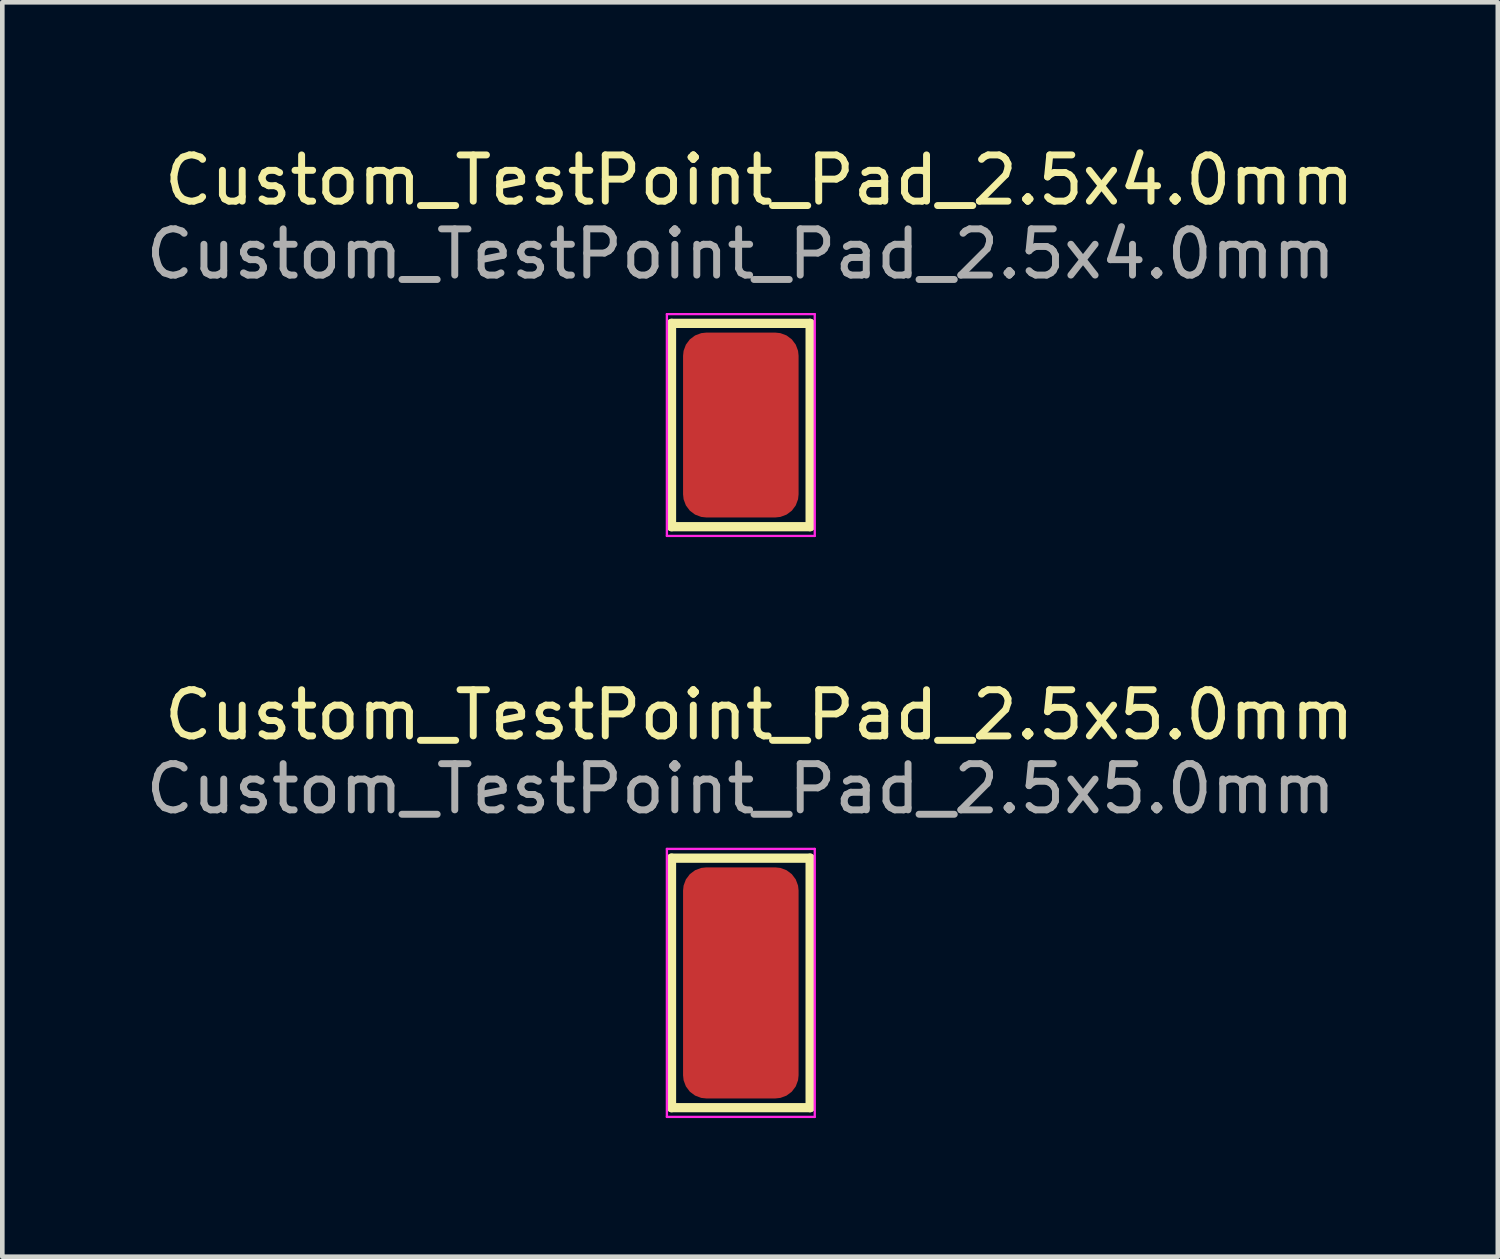
<source format=kicad_pcb>
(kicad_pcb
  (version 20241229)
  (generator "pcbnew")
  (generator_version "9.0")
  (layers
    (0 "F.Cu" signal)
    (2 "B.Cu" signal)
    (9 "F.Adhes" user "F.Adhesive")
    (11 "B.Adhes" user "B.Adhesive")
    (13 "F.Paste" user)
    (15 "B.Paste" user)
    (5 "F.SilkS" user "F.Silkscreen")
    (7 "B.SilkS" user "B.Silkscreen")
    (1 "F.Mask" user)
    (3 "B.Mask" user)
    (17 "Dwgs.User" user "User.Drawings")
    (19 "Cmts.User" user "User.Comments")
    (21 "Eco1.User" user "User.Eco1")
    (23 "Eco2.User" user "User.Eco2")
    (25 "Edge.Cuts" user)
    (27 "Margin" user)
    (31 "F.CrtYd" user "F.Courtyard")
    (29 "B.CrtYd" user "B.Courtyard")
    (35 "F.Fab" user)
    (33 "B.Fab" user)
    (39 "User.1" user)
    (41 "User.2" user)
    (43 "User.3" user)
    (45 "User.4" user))
  (footprint "Custom_TestPoint_Pad_2.5x4.0mm"
    (layer "F.Cu")
    (at 12.982 5.148)
    (property "Reference" "Custom_TestPoint_Pad_2.5x4.0mm" (at 0.4 -4.3 0) (layer "F.SilkS") (effects (font (size 1 1) (thickness 0.15))))
    (attr exclude_from_pos_files exclude_from_bom allow_missing_courtyard)
    (fp_line (start -1.5 3.2) (end -1.5 -1.2) (stroke (width 0.2) (type default)) (layer "F.SilkS"))
    (fp_line (start 1.5 -1.2) (end -1.5 -1.2) (stroke (width 0.2) (type default)) (layer "F.SilkS"))
    (fp_line (start 1.5 -1.2) (end 1.5 3.2) (stroke (width 0.2) (type default)) (layer "F.SilkS"))
    (fp_line (start 1.5 3.2) (end -1.5 3.2) (stroke (width 0.2) (type default)) (layer "F.SilkS"))
    (fp_line (start -1.6 -1.4) (end -1.6 3.4) (stroke (width 0.05) (type solid)) (layer "F.CrtYd"))
    (fp_line (start -1.6 -1.4) (end 1.6 -1.4) (stroke (width 0.05) (type solid)) (layer "F.CrtYd"))
    (fp_line (start 1.6 3.4) (end -1.6 3.4) (stroke (width 0.05) (type solid)) (layer "F.CrtYd"))
    (fp_line (start 1.6 3.4) (end 1.6 -1.4) (stroke (width 0.05) (type solid)) (layer "F.CrtYd"))
    (fp_text user "${REFERENCE}" (at 0 -2.7 0) (layer "F.Fab") (effects (font (size 1 1) (thickness 0.15))))
    (pad "1" smd roundrect (at 0 1) (size 2.5 4) (layers "F.Cu" "F.Mask") (roundrect_rratio 0.2)))
  (footprint "Custom_TestPoint_Pad_2.5x5.0mm"
    (layer "F.Cu")
    (at 12.982 16.721)
    (property "Reference" "Custom_TestPoint_Pad_2.5x5.0mm" (at 0.4 -4.3 0) (layer "F.SilkS") (effects (font (size 1 1) (thickness 0.15))))
    (attr exclude_from_pos_files exclude_from_bom allow_missing_courtyard)
    (fp_line (start -1.5 4.2) (end -1.5 -1.2) (stroke (width 0.2) (type default)) (layer "F.SilkS"))
    (fp_line (start 1.5 -1.2) (end -1.5 -1.2) (stroke (width 0.2) (type default)) (layer "F.SilkS"))
    (fp_line (start 1.5 -1.2) (end 1.5 4.2) (stroke (width 0.2) (type default)) (layer "F.SilkS"))
    (fp_line (start 1.5 4.2) (end -1.5 4.2) (stroke (width 0.2) (type default)) (layer "F.SilkS"))
    (fp_line (start -1.6 -1.4) (end -1.6 4.4) (stroke (width 0.05) (type solid)) (layer "F.CrtYd"))
    (fp_line (start -1.6 -1.4) (end 1.6 -1.4) (stroke (width 0.05) (type solid)) (layer "F.CrtYd"))
    (fp_line (start 1.6 4.4) (end -1.6 4.4) (stroke (width 0.05) (type solid)) (layer "F.CrtYd"))
    (fp_line (start 1.6 4.4) (end 1.6 -1.4) (stroke (width 0.05) (type solid)) (layer "F.CrtYd"))
    (fp_text user "${REFERENCE}" (at 0 -2.7 0) (layer "F.Fab") (effects (font (size 1 1) (thickness 0.15))))
    (pad "1" smd roundrect (at 0 1.5) (size 2.5 5) (layers "F.Cu" "F.Mask") (roundrect_rratio 0.2)))
  (gr_rect
    (start -3 -3)
    (end 29.364 24.146)
    (stroke (width 0.1) (type default))
    (fill no)
    (layer "Edge.Cuts")))
</source>
